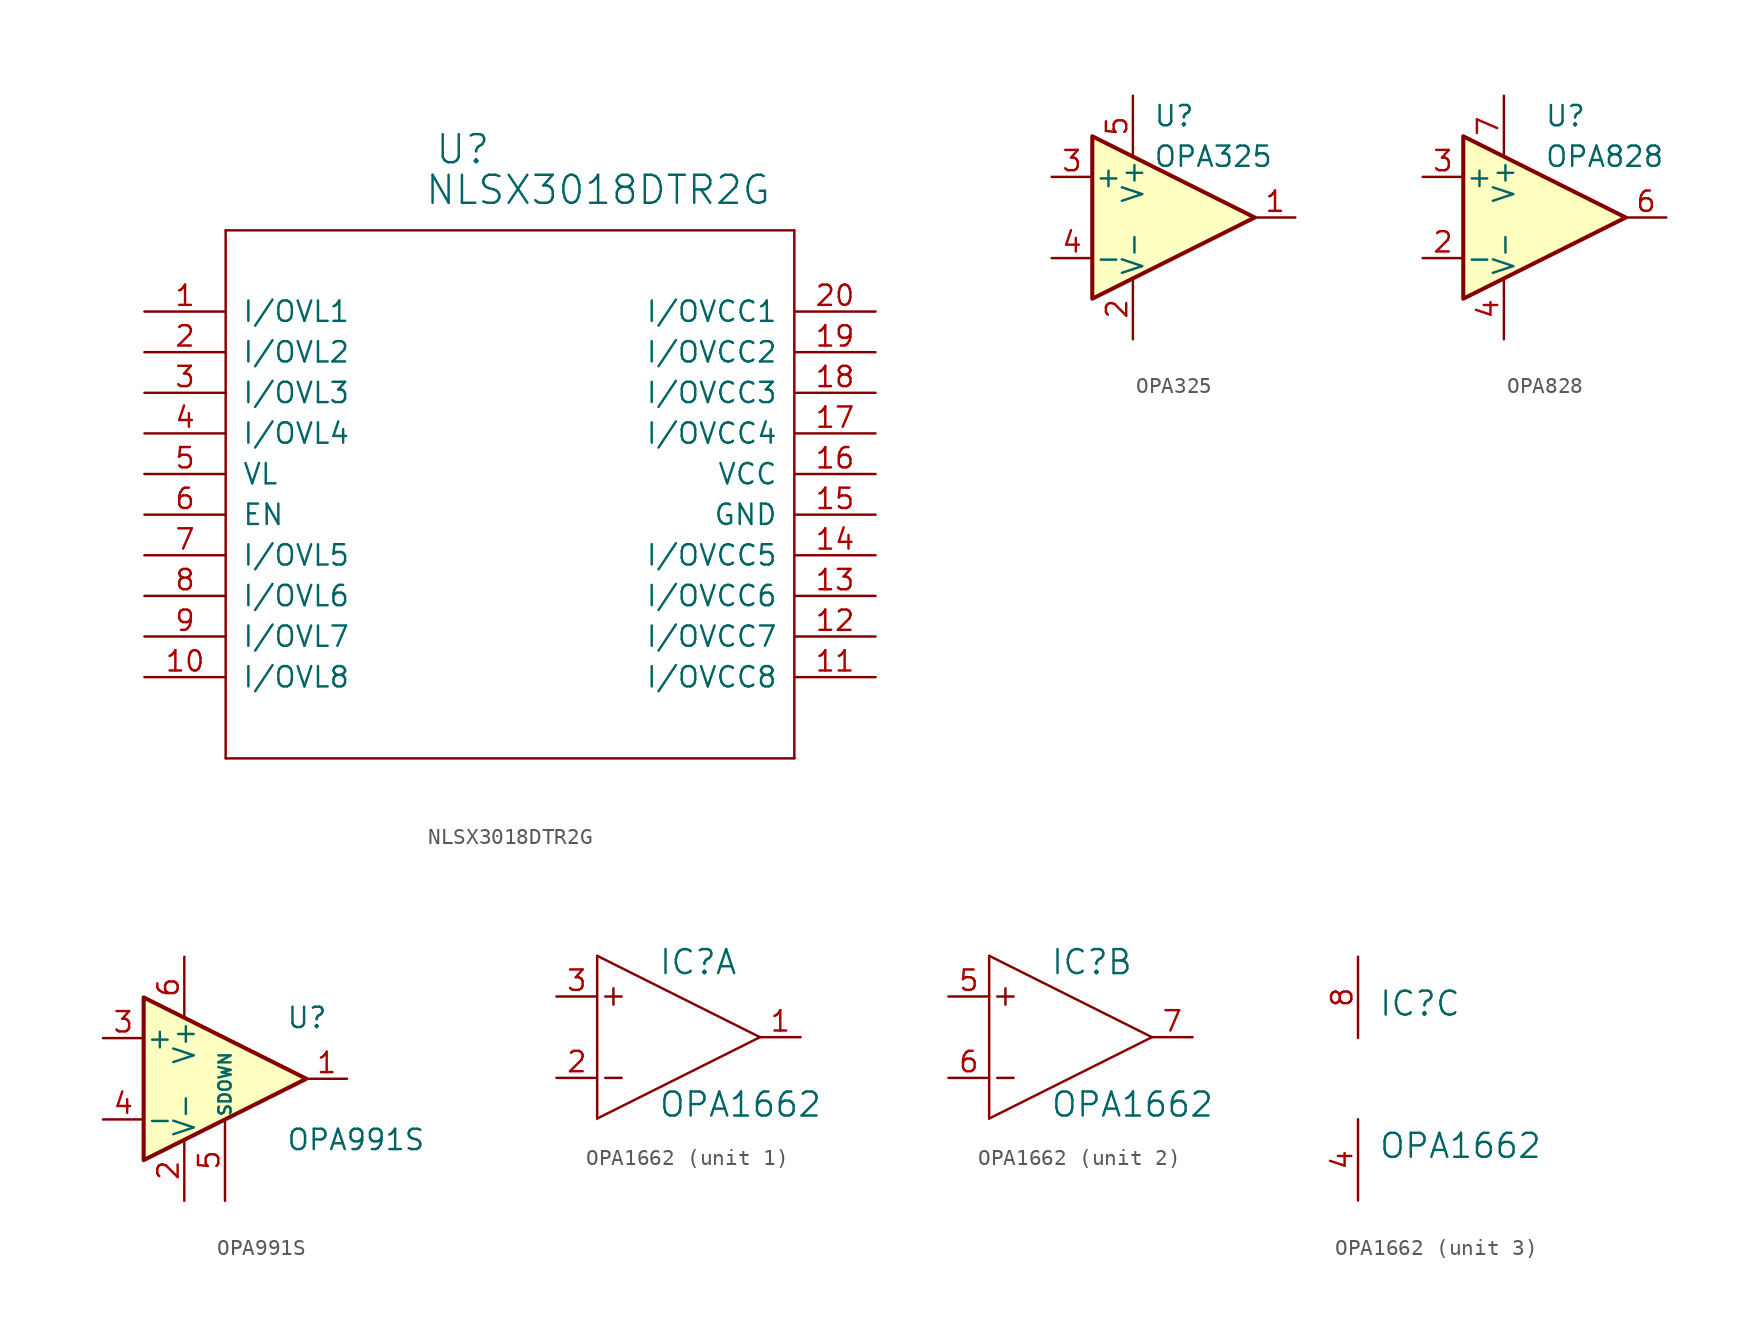
<source format=kicad_sym>
(kicad_symbol_lib
  (version 20211014)
  (generator kicad_symbol_editor)
  (symbol "NLSX3018DTR2G"
    (pin_names
      (offset 1.016))
    (property "Reference" "U"
      (at 20.676 9.119 0)
      (effects (font (size 1.753 1.753)) (justify left bottom)))
    (property "Value" "NLSX3018DTR2G"
      (at 20.041 6.579 0)
      (effects (font (size 1.753 1.753)) (justify left bottom)))
    (property "ki_locked" ""
      (at 0 0 0)
      (effects (font (size 1.27 1.27))))
    (symbol "NLSX3018DTR2G_1_0"
      (polyline (pts (xy 7.62 -27.94) (xy 43.18 -27.94)) (stroke (width 0) (type default) (color 0 0 0 0)) (fill (type none)))
      (polyline (pts (xy 7.62 5.08) (xy 7.62 -27.94)) (stroke (width 0) (type default) (color 0 0 0 0)) (fill (type none)))
      (polyline (pts (xy 43.18 -27.94) (xy 43.18 5.08)) (stroke (width 0) (type default) (color 0 0 0 0)) (fill (type none)))
      (polyline (pts (xy 43.18 5.08) (xy 7.62 5.08)) (stroke (width 0) (type default) (color 0 0 0 0)) (fill (type none)))
      (pin bidirectional line (at 2.54 0 0) (length 5.08) (name "I/OVL1" (effects (font (size 1.27 1.27)))) (number "1" (effects (font (size 1.27 1.27)))))
      (pin bidirectional line (at 2.54 -22.86 0) (length 5.08) (name "I/OVL8" (effects (font (size 1.27 1.27)))) (number "10" (effects (font (size 1.27 1.27)))))
      (pin bidirectional line (at 48.26 -22.86 180) (length 5.08) (name "I/OVCC8" (effects (font (size 1.27 1.27)))) (number "11" (effects (font (size 1.27 1.27)))))
      (pin bidirectional line (at 48.26 -20.32 180) (length 5.08) (name "I/OVCC7" (effects (font (size 1.27 1.27)))) (number "12" (effects (font (size 1.27 1.27)))))
      (pin bidirectional line (at 48.26 -17.78 180) (length 5.08) (name "I/OVCC6" (effects (font (size 1.27 1.27)))) (number "13" (effects (font (size 1.27 1.27)))))
      (pin bidirectional line (at 48.26 -15.24 180) (length 5.08) (name "I/OVCC5" (effects (font (size 1.27 1.27)))) (number "14" (effects (font (size 1.27 1.27)))))
      (pin power_in line (at 48.26 -12.7 180) (length 5.08) (name "GND" (effects (font (size 1.27 1.27)))) (number "15" (effects (font (size 1.27 1.27)))))
      (pin power_in line (at 48.26 -10.16 180) (length 5.08) (name "VCC" (effects (font (size 1.27 1.27)))) (number "16" (effects (font (size 1.27 1.27)))))
      (pin bidirectional line (at 48.26 -7.62 180) (length 5.08) (name "I/OVCC4" (effects (font (size 1.27 1.27)))) (number "17" (effects (font (size 1.27 1.27)))))
      (pin bidirectional line (at 48.26 -5.08 180) (length 5.08) (name "I/OVCC3" (effects (font (size 1.27 1.27)))) (number "18" (effects (font (size 1.27 1.27)))))
      (pin bidirectional line (at 48.26 -2.54 180) (length 5.08) (name "I/OVCC2" (effects (font (size 1.27 1.27)))) (number "19" (effects (font (size 1.27 1.27)))))
      (pin bidirectional line (at 2.54 -2.54 0) (length 5.08) (name "I/OVL2" (effects (font (size 1.27 1.27)))) (number "2" (effects (font (size 1.27 1.27)))))
      (pin bidirectional line (at 48.26 0 180) (length 5.08) (name "I/OVCC1" (effects (font (size 1.27 1.27)))) (number "20" (effects (font (size 1.27 1.27)))))
      (pin bidirectional line (at 2.54 -5.08 0) (length 5.08) (name "I/OVL3" (effects (font (size 1.27 1.27)))) (number "3" (effects (font (size 1.27 1.27)))))
      (pin bidirectional line (at 2.54 -7.62 0) (length 5.08) (name "I/OVL4" (effects (font (size 1.27 1.27)))) (number "4" (effects (font (size 1.27 1.27)))))
      (pin input line (at 2.54 -10.16 0) (length 5.08) (name "VL" (effects (font (size 1.27 1.27)))) (number "5" (effects (font (size 1.27 1.27)))))
      (pin input line (at 2.54 -12.7 0) (length 5.08) (name "EN" (effects (font (size 1.27 1.27)))) (number "6" (effects (font (size 1.27 1.27)))))
      (pin bidirectional line (at 2.54 -15.24 0) (length 5.08) (name "I/OVL5" (effects (font (size 1.27 1.27)))) (number "7" (effects (font (size 1.27 1.27)))))
      (pin bidirectional line (at 2.54 -17.78 0) (length 5.08) (name "I/OVL6" (effects (font (size 1.27 1.27)))) (number "8" (effects (font (size 1.27 1.27)))))
      (pin bidirectional line (at 2.54 -20.32 0) (length 5.08) (name "I/OVL7" (effects (font (size 1.27 1.27)))) (number "9" (effects (font (size 1.27 1.27)))))))
  (symbol "OPA325"
    (pin_names
      (offset 0.127))
    (property "Reference" "U"
      (at -1.27 6.35 0)
      (effects (font (size 1.27 1.27)) (justify left)))
    (property "Value" "OPA325"
      (at -1.27 3.81 0)
      (effects (font (size 1.27 1.27)) (justify left)))
    (symbol "OPA325_0_1"
      (polyline (pts (xy -5.08 5.08) (xy 5.08 0) (xy -5.08 -5.08) (xy -5.08 5.08)) (stroke (width 0.254) (type default) (color 0 0 0 0)) (fill (type background)))
      (pin power_in line (at -2.54 -7.62 90) (length 3.81) (name "V-" (effects (font (size 1.27 1.27)))) (number "2" (effects (font (size 1.27 1.27)))))
      (pin power_in line (at -2.54 7.62 270) (length 3.81) (name "V+" (effects (font (size 1.27 1.27)))) (number "5" (effects (font (size 1.27 1.27))))))
    (symbol "OPA325_1_1"
      (pin output line (at 7.62 0 180) (length 2.54) (name "~" (effects (font (size 1.27 1.27)))) (number "1" (effects (font (size 1.27 1.27)))))
      (pin input line (at -7.62 2.54 0) (length 2.54) (name "+" (effects (font (size 1.27 1.27)))) (number "3" (effects (font (size 1.27 1.27)))))
      (pin input line (at -7.62 -2.54 0) (length 2.54) (name "-" (effects (font (size 1.27 1.27)))) (number "4" (effects (font (size 1.27 1.27)))))))
  (symbol "OPA828"
    (pin_names
      (offset 0.127))
    (property "Reference" "U"
      (at 0 6.35 0)
      (effects (font (size 1.27 1.27)) (justify left)))
    (property "Value" "OPA828"
      (at 0 3.81 0)
      (effects (font (size 1.27 1.27)) (justify left)))
    (symbol "OPA828_0_1"
      (polyline (pts (xy -5.08 5.08) (xy 5.08 0) (xy -5.08 -5.08) (xy -5.08 5.08)) (stroke (width 0.254) (type default) (color 0 0 0 0)) (fill (type background))))
    (symbol "OPA828_1_1"
      (pin no_connect line (at -2.54 2.54 270) (length 2.54) hide (name "NC" (effects (font (size 1.27 1.27)))) (number "1" (effects (font (size 1.27 1.27)))))
      (pin input line (at -7.62 -2.54 0) (length 2.54) (name "-" (effects (font (size 1.27 1.27)))) (number "2" (effects (font (size 1.27 1.27)))))
      (pin input line (at -7.62 2.54 0) (length 2.54) (name "+" (effects (font (size 1.27 1.27)))) (number "3" (effects (font (size 1.27 1.27)))))
      (pin power_in line (at -2.54 -7.62 90) (length 3.81) (name "V-" (effects (font (size 1.27 1.27)))) (number "4" (effects (font (size 1.27 1.27)))))
      (pin no_connect line (at 0 2.54 270) (length 2.54) hide (name "NC" (effects (font (size 1.27 1.27)))) (number "5" (effects (font (size 1.27 1.27)))))
      (pin output line (at 7.62 0 180) (length 2.54) (name "~" (effects (font (size 1.27 1.27)))) (number "6" (effects (font (size 1.27 1.27)))))
      (pin power_in line (at -2.54 7.62 270) (length 3.81) (name "V+" (effects (font (size 1.27 1.27)))) (number "7" (effects (font (size 1.27 1.27)))))
      (pin no_connect line (at 0 -2.54 90) (length 2.54) hide (name "NC" (effects (font (size 1.27 1.27)))) (number "8" (effects (font (size 1.27 1.27)))))))
  (symbol "OPA991S"
    (pin_names
      (offset 0.127))
    (property "Reference" "U"
      (at 3.81 3.81 0)
      (effects (font (size 1.27 1.27)) (justify left)))
    (property "Value" "OPA991S"
      (at 3.81 -3.81 0)
      (effects (font (size 1.27 1.27)) (justify left)))
    (symbol "OPA991S_0_1"
      (polyline (pts (xy -5.08 5.08) (xy 5.08 0) (xy -5.08 -5.08) (xy -5.08 5.08)) (stroke (width 0.254) (type default) (color 0 0 0 0)) (fill (type background))))
    (symbol "OPA991S_1_1"
      (pin output line (at 7.62 0 180) (length 2.54) (name "~" (effects (font (size 1.27 1.27)))) (number "1" (effects (font (size 1.27 1.27)))))
      (pin power_in line (at -2.54 -7.62 90) (length 3.81) (name "V-" (effects (font (size 1.27 1.27)))) (number "2" (effects (font (size 1.27 1.27)))))
      (pin input line (at -7.62 2.54 0) (length 2.54) (name "+" (effects (font (size 1.27 1.27)))) (number "3" (effects (font (size 1.27 1.27)))))
      (pin input line (at -7.62 -2.54 0) (length 2.54) (name "-" (effects (font (size 1.27 1.27)))) (number "4" (effects (font (size 1.27 1.27)))))
      (pin input line (at 0 -7.62 90) (length 5.08) (name "SDOWN" (effects (font (size 0.762 0.762)))) (number "5" (effects (font (size 1.27 1.27)))))
      (pin power_in line (at -2.54 7.62 270) (length 3.81) (name "V+" (effects (font (size 1.27 1.27)))) (number "6" (effects (font (size 1.27 1.27)))))))
  (symbol "OPA1662"
    (pin_names
      (offset 1.016))
    (property "Reference" "IC"
      (at 1.27 3.81 0)
      (effects (font (size 1.499 1.499)) (justify left bottom)))
    (property "Value" "OPA1662"
      (at 1.27 -5.08 0)
      (effects (font (size 1.499 1.499)) (justify left bottom)))
    (property "ki_locked" ""
      (at 0 0 0)
      (effects (font (size 1.27 1.27))))
    (symbol "OPA1662_1_0"
      (polyline (pts (xy -2.54 -5.08) (xy 7.62 0)) (stroke (width 0) (type default) (color 0 0 0 0)) (fill (type none)))
      (polyline (pts (xy -2.54 5.08) (xy -2.54 -5.08)) (stroke (width 0) (type default) (color 0 0 0 0)) (fill (type none)))
      (polyline (pts (xy -2.032 -2.54) (xy -1.016 -2.54)) (stroke (width 0) (type default) (color 0 0 0 0)) (fill (type none)))
      (polyline (pts (xy -2.032 2.54) (xy -1.016 2.54)) (stroke (width 0) (type default) (color 0 0 0 0)) (fill (type none)))
      (polyline (pts (xy -1.524 3.048) (xy -1.524 2.032)) (stroke (width 0) (type default) (color 0 0 0 0)) (fill (type none)))
      (polyline (pts (xy 7.62 0) (xy -2.54 5.08)) (stroke (width 0) (type default) (color 0 0 0 0)) (fill (type none)))
      (pin output line (at 10.16 0 180) (length 2.54) (name "OUT" (effects (font (size 0 0)))) (number "1" (effects (font (size 1.27 1.27)))))
      (pin input line (at -5.08 -2.54 0) (length 2.54) (name "IN-" (effects (font (size 0 0)))) (number "2" (effects (font (size 1.27 1.27)))))
      (pin input line (at -5.08 2.54 0) (length 2.54) (name "IN+" (effects (font (size 0 0)))) (number "3" (effects (font (size 1.27 1.27))))))
    (symbol "OPA1662_2_0"
      (polyline (pts (xy -2.54 -5.08) (xy 7.62 0)) (stroke (width 0) (type default) (color 0 0 0 0)) (fill (type none)))
      (polyline (pts (xy -2.54 5.08) (xy -2.54 -5.08)) (stroke (width 0) (type default) (color 0 0 0 0)) (fill (type none)))
      (polyline (pts (xy -2.032 -2.54) (xy -1.016 -2.54)) (stroke (width 0) (type default) (color 0 0 0 0)) (fill (type none)))
      (polyline (pts (xy -2.032 2.54) (xy -1.016 2.54)) (stroke (width 0) (type default) (color 0 0 0 0)) (fill (type none)))
      (polyline (pts (xy -1.524 3.048) (xy -1.524 2.032)) (stroke (width 0) (type default) (color 0 0 0 0)) (fill (type none)))
      (polyline (pts (xy 7.62 0) (xy -2.54 5.08)) (stroke (width 0) (type default) (color 0 0 0 0)) (fill (type none)))
      (pin input line (at -5.08 2.54 0) (length 2.54) (name "IN+" (effects (font (size 0 0)))) (number "5" (effects (font (size 1.27 1.27)))))
      (pin input line (at -5.08 -2.54 0) (length 2.54) (name "IN-" (effects (font (size 0 0)))) (number "6" (effects (font (size 1.27 1.27)))))
      (pin output line (at 10.16 0 180) (length 2.54) (name "OUT" (effects (font (size 0 0)))) (number "7" (effects (font (size 1.27 1.27))))))
    (symbol "OPA1662_3_0"
      (pin power_in line (at 0 -7.62 90) (length 5.08) (name "V-" (effects (font (size 0 0)))) (number "4" (effects (font (size 1.27 1.27)))))
      (pin power_in line (at 0 7.62 270) (length 5.08) (name "V+" (effects (font (size 0 0)))) (number "8" (effects (font (size 1.27 1.27))))))))
</source>
